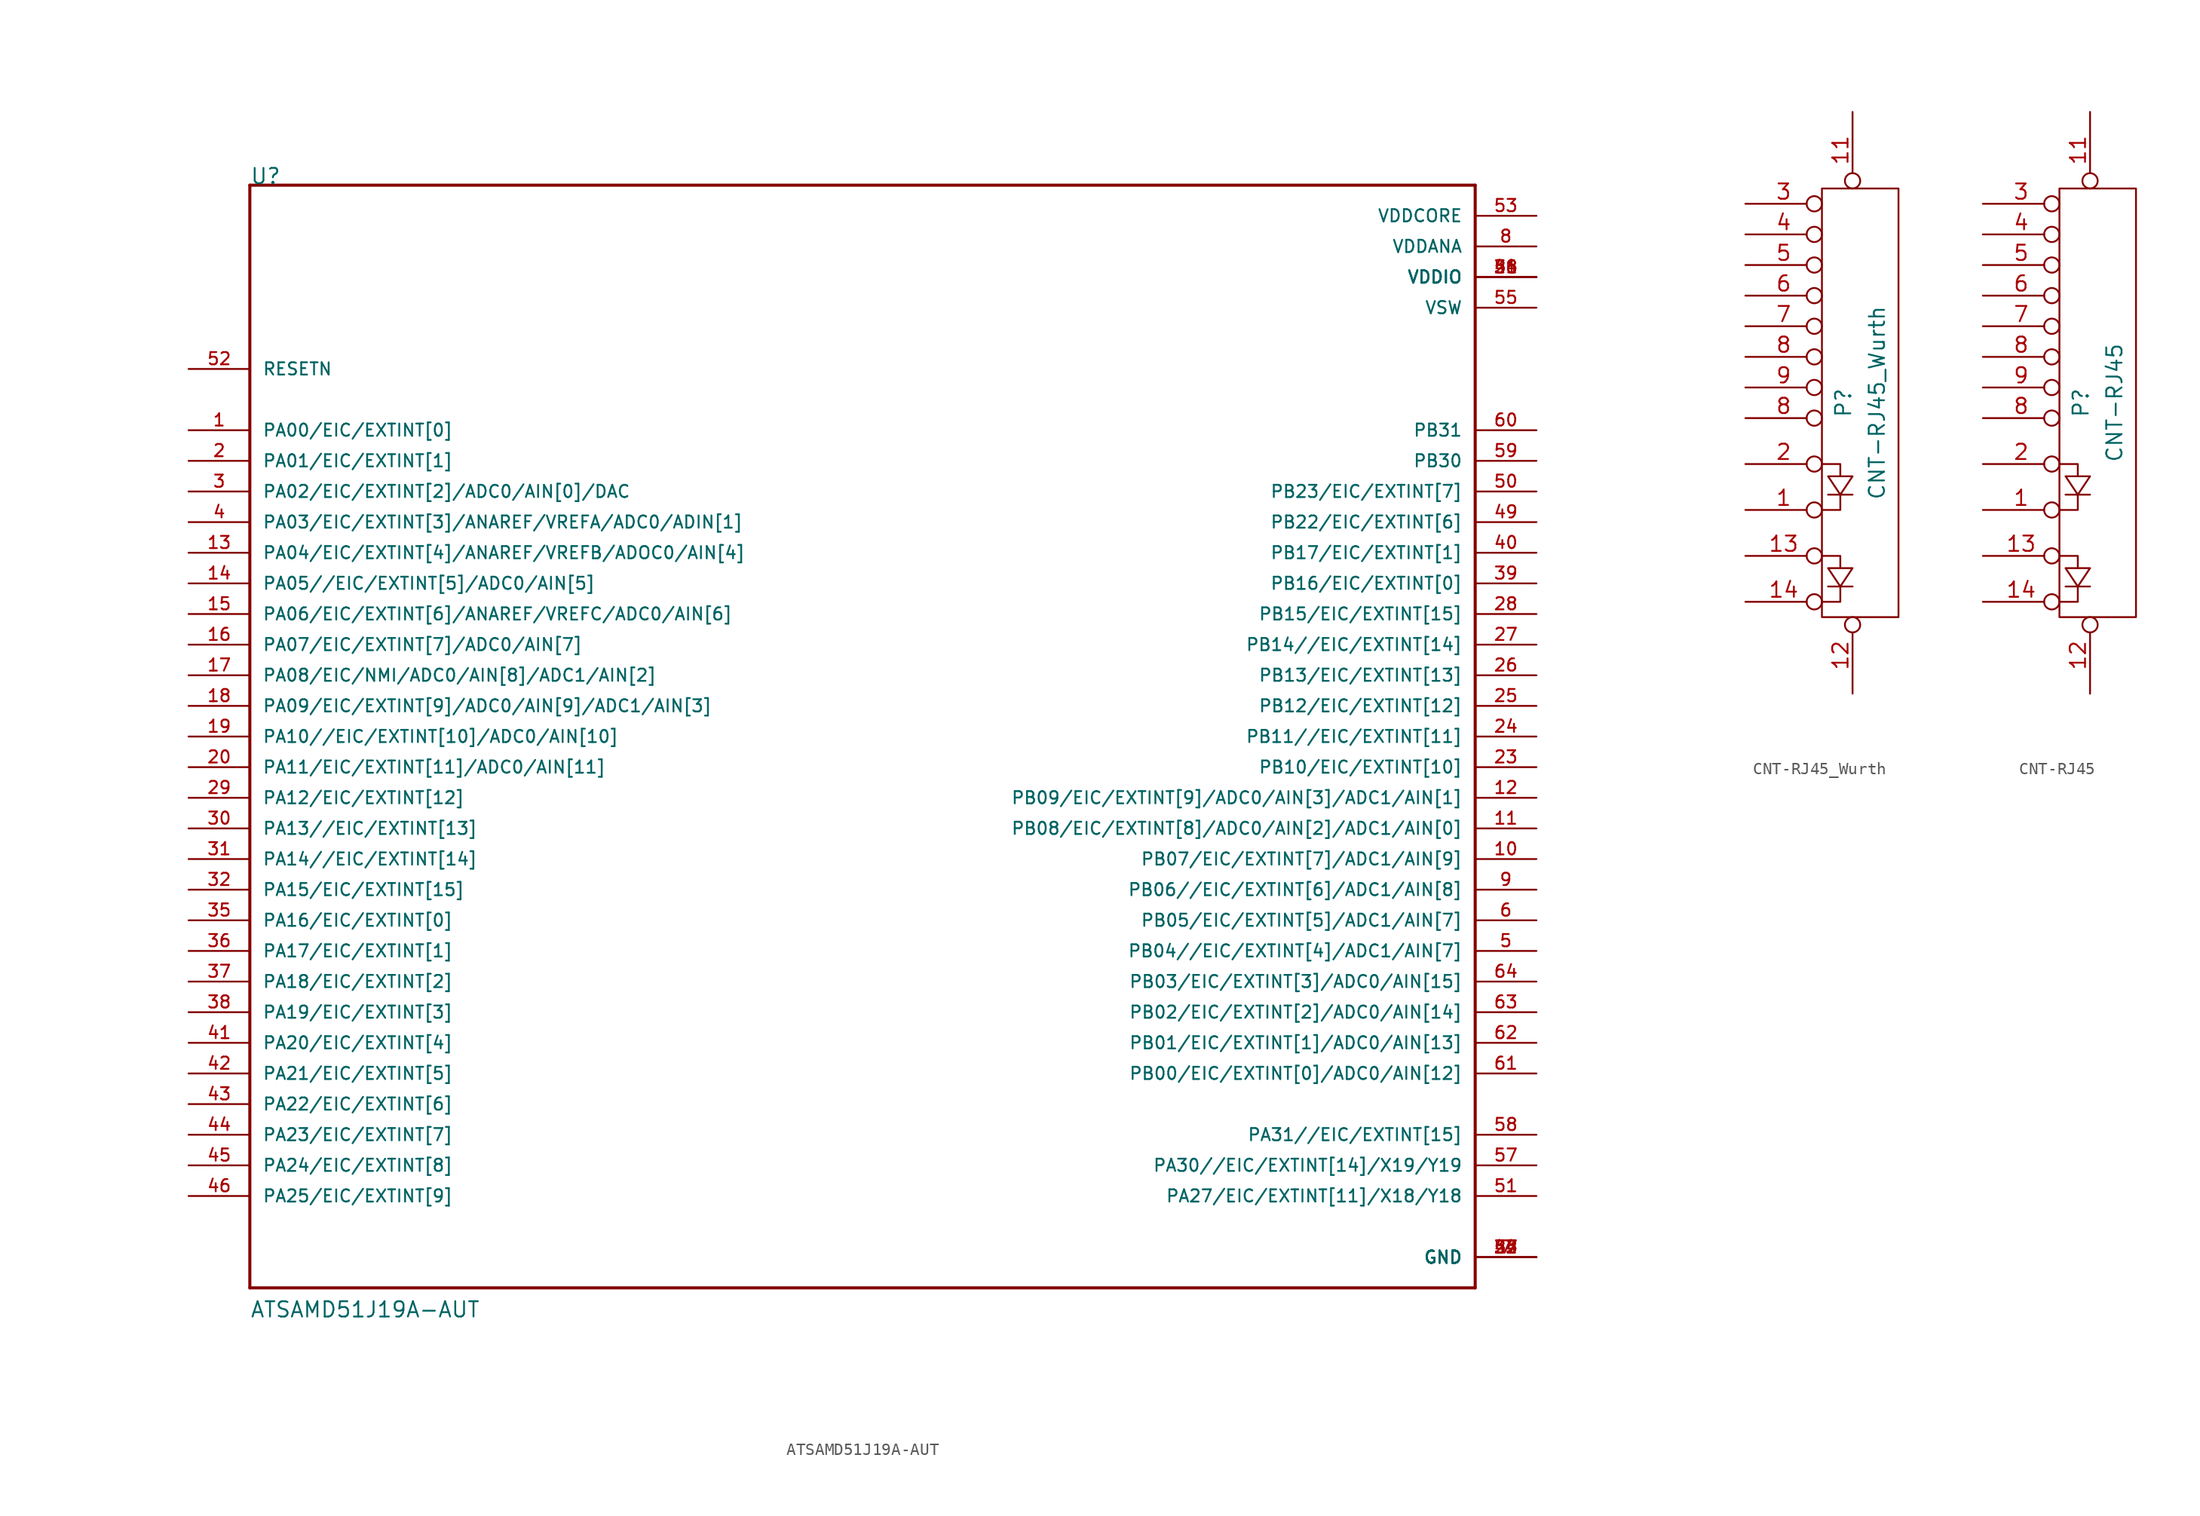
<source format=kicad_sym>
(kicad_symbol_lib
  (version 20211014)
  (generator kicad_symbol_editor)
  (symbol "ATSAMD51J19A-AUT"
    (pin_names
      (offset 1.016))
    (property "Reference" "U"
      (at -43.18 45.72 0)
      (effects (font (size 1.27 1.27)) (justify left bottom)))
    (property "Value" "ATSAMD51J19A-AUT"
      (at -43.18 -48.26 0)
      (effects (font (size 1.27 1.27)) (justify left bottom)))
    (property "ki_locked" ""
      (at 0 0 0)
      (effects (font (size 1.27 1.27))))
    (symbol "ATSAMD51J19A-AUT_0_0"
      (polyline (pts (xy -43.18 -45.72) (xy 58.42 -45.72)) (stroke (width 0.254) (type default) (color 0 0 0 0)) (fill (type none)))
      (polyline (pts (xy -43.18 45.72) (xy -43.18 -45.72)) (stroke (width 0.254) (type default) (color 0 0 0 0)) (fill (type none)))
      (polyline (pts (xy 58.42 -45.72) (xy 58.42 45.72)) (stroke (width 0.254) (type default) (color 0 0 0 0)) (fill (type none)))
      (polyline (pts (xy 58.42 45.72) (xy -43.18 45.72)) (stroke (width 0.254) (type default) (color 0 0 0 0)) (fill (type none)))
      (pin bidirectional line (at -48.26 25.4 0) (length 5.08) (name "PA00/EIC/EXTINT[0]" (effects (font (size 1.016 1.016)))) (number "1" (effects (font (size 1.016 1.016)))))
      (pin bidirectional line (at 63.5 -10.16 180) (length 5.08) (name "PB07/EIC/EXTINT[7]/ADC1/AIN[9]" (effects (font (size 1.016 1.016)))) (number "10" (effects (font (size 1.016 1.016)))))
      (pin bidirectional line (at 63.5 -7.62 180) (length 5.08) (name "PB08/EIC/EXTINT[8]/ADC0/AIN[2]/ADC1/AIN[0]" (effects (font (size 1.016 1.016)))) (number "11" (effects (font (size 1.016 1.016)))))
      (pin bidirectional line (at 63.5 -5.08 180) (length 5.08) (name "PB09/EIC/EXTINT[9]/ADC0/AIN[3]/ADC1/AIN[1]" (effects (font (size 1.016 1.016)))) (number "12" (effects (font (size 1.016 1.016)))))
      (pin bidirectional line (at -48.26 15.24 0) (length 5.08) (name "PA04/EIC/EXTINT[4]/ANAREF/VREFB/ADOC0/AIN[4]" (effects (font (size 1.016 1.016)))) (number "13" (effects (font (size 1.016 1.016)))))
      (pin bidirectional line (at -48.26 12.7 0) (length 5.08) (name "PA05//EIC/EXTINT[5]/ADC0/AIN[5]" (effects (font (size 1.016 1.016)))) (number "14" (effects (font (size 1.016 1.016)))))
      (pin bidirectional line (at -48.26 10.16 0) (length 5.08) (name "PA06/EIC/EXTINT[6]/ANAREF/VREFC/ADC0/AIN[6]" (effects (font (size 1.016 1.016)))) (number "15" (effects (font (size 1.016 1.016)))))
      (pin bidirectional line (at -48.26 7.62 0) (length 5.08) (name "PA07/EIC/EXTINT[7]/ADC0/AIN[7]" (effects (font (size 1.016 1.016)))) (number "16" (effects (font (size 1.016 1.016)))))
      (pin bidirectional line (at -48.26 5.08 0) (length 5.08) (name "PA08/EIC/NMI/ADC0/AIN[8]/ADC1/AIN[2]" (effects (font (size 1.016 1.016)))) (number "17" (effects (font (size 1.016 1.016)))))
      (pin bidirectional line (at -48.26 2.54 0) (length 5.08) (name "PA09/EIC/EXTINT[9]/ADC0/AIN[9]/ADC1/AIN[3]" (effects (font (size 1.016 1.016)))) (number "18" (effects (font (size 1.016 1.016)))))
      (pin bidirectional line (at -48.26 0 0) (length 5.08) (name "PA10//EIC/EXTINT[10]/ADC0/AIN[10]" (effects (font (size 1.016 1.016)))) (number "19" (effects (font (size 1.016 1.016)))))
      (pin bidirectional line (at -48.26 22.86 0) (length 5.08) (name "PA01/EIC/EXTINT[1]" (effects (font (size 1.016 1.016)))) (number "2" (effects (font (size 1.016 1.016)))))
      (pin bidirectional line (at -48.26 -2.54 0) (length 5.08) (name "PA11/EIC/EXTINT[11]/ADC0/AIN[11]" (effects (font (size 1.016 1.016)))) (number "20" (effects (font (size 1.016 1.016)))))
      (pin power_in line (at 63.5 38.1 180) (length 5.08) (name "VDDIO" (effects (font (size 1.016 1.016)))) (number "21" (effects (font (size 1.016 1.016)))))
      (pin power_in line (at 63.5 -43.18 180) (length 5.08) (name "GND" (effects (font (size 1.016 1.016)))) (number "22" (effects (font (size 1.016 1.016)))))
      (pin bidirectional line (at 63.5 -2.54 180) (length 5.08) (name "PB10/EIC/EXTINT[10]" (effects (font (size 1.016 1.016)))) (number "23" (effects (font (size 1.016 1.016)))))
      (pin bidirectional line (at 63.5 0 180) (length 5.08) (name "PB11//EIC/EXTINT[11]" (effects (font (size 1.016 1.016)))) (number "24" (effects (font (size 1.016 1.016)))))
      (pin bidirectional line (at 63.5 2.54 180) (length 5.08) (name "PB12/EIC/EXTINT[12]" (effects (font (size 1.016 1.016)))) (number "25" (effects (font (size 1.016 1.016)))))
      (pin bidirectional line (at 63.5 5.08 180) (length 5.08) (name "PB13/EIC/EXTINT[13]" (effects (font (size 1.016 1.016)))) (number "26" (effects (font (size 1.016 1.016)))))
      (pin bidirectional line (at 63.5 7.62 180) (length 5.08) (name "PB14//EIC/EXTINT[14]" (effects (font (size 1.016 1.016)))) (number "27" (effects (font (size 1.016 1.016)))))
      (pin bidirectional line (at 63.5 10.16 180) (length 5.08) (name "PB15/EIC/EXTINT[15]" (effects (font (size 1.016 1.016)))) (number "28" (effects (font (size 1.016 1.016)))))
      (pin bidirectional line (at -48.26 -5.08 0) (length 5.08) (name "PA12/EIC/EXTINT[12]" (effects (font (size 1.016 1.016)))) (number "29" (effects (font (size 1.016 1.016)))))
      (pin bidirectional line (at -48.26 20.32 0) (length 5.08) (name "PA02/EIC/EXTINT[2]/ADC0/AIN[0]/DAC" (effects (font (size 1.016 1.016)))) (number "3" (effects (font (size 1.016 1.016)))))
      (pin bidirectional line (at -48.26 -7.62 0) (length 5.08) (name "PA13//EIC/EXTINT[13]" (effects (font (size 1.016 1.016)))) (number "30" (effects (font (size 1.016 1.016)))))
      (pin bidirectional line (at -48.26 -10.16 0) (length 5.08) (name "PA14//EIC/EXTINT[14]" (effects (font (size 1.016 1.016)))) (number "31" (effects (font (size 1.016 1.016)))))
      (pin bidirectional line (at -48.26 -12.7 0) (length 5.08) (name "PA15/EIC/EXTINT[15]" (effects (font (size 1.016 1.016)))) (number "32" (effects (font (size 1.016 1.016)))))
      (pin power_in line (at 63.5 -43.18 180) (length 5.08) (name "GND" (effects (font (size 1.016 1.016)))) (number "33" (effects (font (size 1.016 1.016)))))
      (pin power_in line (at 63.5 38.1 180) (length 5.08) (name "VDDIO" (effects (font (size 1.016 1.016)))) (number "34" (effects (font (size 1.016 1.016)))))
      (pin bidirectional line (at -48.26 -15.24 0) (length 5.08) (name "PA16/EIC/EXTINT[0]" (effects (font (size 1.016 1.016)))) (number "35" (effects (font (size 1.016 1.016)))))
      (pin bidirectional line (at -48.26 -17.78 0) (length 5.08) (name "PA17/EIC/EXTINT[1]" (effects (font (size 1.016 1.016)))) (number "36" (effects (font (size 1.016 1.016)))))
      (pin bidirectional line (at -48.26 -20.32 0) (length 5.08) (name "PA18/EIC/EXTINT[2]" (effects (font (size 1.016 1.016)))) (number "37" (effects (font (size 1.016 1.016)))))
      (pin bidirectional line (at -48.26 -22.86 0) (length 5.08) (name "PA19/EIC/EXTINT[3]" (effects (font (size 1.016 1.016)))) (number "38" (effects (font (size 1.016 1.016)))))
      (pin bidirectional line (at 63.5 12.7 180) (length 5.08) (name "PB16/EIC/EXTINT[0]" (effects (font (size 1.016 1.016)))) (number "39" (effects (font (size 1.016 1.016)))))
      (pin bidirectional line (at -48.26 17.78 0) (length 5.08) (name "PA03/EIC/EXTINT[3]/ANAREF/VREFA/ADC0/ADIN[1]" (effects (font (size 1.016 1.016)))) (number "4" (effects (font (size 1.016 1.016)))))
      (pin bidirectional line (at 63.5 15.24 180) (length 5.08) (name "PB17/EIC/EXTINT[1]" (effects (font (size 1.016 1.016)))) (number "40" (effects (font (size 1.016 1.016)))))
      (pin bidirectional line (at -48.26 -25.4 0) (length 5.08) (name "PA20/EIC/EXTINT[4]" (effects (font (size 1.016 1.016)))) (number "41" (effects (font (size 1.016 1.016)))))
      (pin bidirectional line (at -48.26 -27.94 0) (length 5.08) (name "PA21/EIC/EXTINT[5]" (effects (font (size 1.016 1.016)))) (number "42" (effects (font (size 1.016 1.016)))))
      (pin bidirectional line (at -48.26 -30.48 0) (length 5.08) (name "PA22/EIC/EXTINT[6]" (effects (font (size 1.016 1.016)))) (number "43" (effects (font (size 1.016 1.016)))))
      (pin bidirectional line (at -48.26 -33.02 0) (length 5.08) (name "PA23/EIC/EXTINT[7]" (effects (font (size 1.016 1.016)))) (number "44" (effects (font (size 1.016 1.016)))))
      (pin bidirectional line (at -48.26 -35.56 0) (length 5.08) (name "PA24/EIC/EXTINT[8]" (effects (font (size 1.016 1.016)))) (number "45" (effects (font (size 1.016 1.016)))))
      (pin bidirectional line (at -48.26 -38.1 0) (length 5.08) (name "PA25/EIC/EXTINT[9]" (effects (font (size 1.016 1.016)))) (number "46" (effects (font (size 1.016 1.016)))))
      (pin power_in line (at 63.5 -43.18 180) (length 5.08) (name "GND" (effects (font (size 1.016 1.016)))) (number "47" (effects (font (size 1.016 1.016)))))
      (pin power_in line (at 63.5 38.1 180) (length 5.08) (name "VDDIO" (effects (font (size 1.016 1.016)))) (number "48" (effects (font (size 1.016 1.016)))))
      (pin bidirectional line (at 63.5 17.78 180) (length 5.08) (name "PB22/EIC/EXTINT[6]" (effects (font (size 1.016 1.016)))) (number "49" (effects (font (size 1.016 1.016)))))
      (pin bidirectional line (at 63.5 -17.78 180) (length 5.08) (name "PB04//EIC/EXTINT[4]/ADC1/AIN[7]" (effects (font (size 1.016 1.016)))) (number "5" (effects (font (size 1.016 1.016)))))
      (pin bidirectional line (at 63.5 20.32 180) (length 5.08) (name "PB23/EIC/EXTINT[7]" (effects (font (size 1.016 1.016)))) (number "50" (effects (font (size 1.016 1.016)))))
      (pin bidirectional line (at 63.5 -38.1 180) (length 5.08) (name "PA27/EIC/EXTINT[11]/X18/Y18" (effects (font (size 1.016 1.016)))) (number "51" (effects (font (size 1.016 1.016)))))
      (pin input line (at -48.26 30.48 0) (length 5.08) (name "RESETN" (effects (font (size 1.016 1.016)))) (number "52" (effects (font (size 1.016 1.016)))))
      (pin power_in line (at 63.5 43.18 180) (length 5.08) (name "VDDCORE" (effects (font (size 1.016 1.016)))) (number "53" (effects (font (size 1.016 1.016)))))
      (pin power_in line (at 63.5 -43.18 180) (length 5.08) (name "GND" (effects (font (size 1.016 1.016)))) (number "54" (effects (font (size 1.016 1.016)))))
      (pin power_in line (at 63.5 35.56 180) (length 5.08) (name "VSW" (effects (font (size 1.016 1.016)))) (number "55" (effects (font (size 1.016 1.016)))))
      (pin power_in line (at 63.5 38.1 180) (length 5.08) (name "VDDIO" (effects (font (size 1.016 1.016)))) (number "56" (effects (font (size 1.016 1.016)))))
      (pin bidirectional line (at 63.5 -35.56 180) (length 5.08) (name "PA30//EIC/EXTINT[14]/X19/Y19" (effects (font (size 1.016 1.016)))) (number "57" (effects (font (size 1.016 1.016)))))
      (pin bidirectional line (at 63.5 -33.02 180) (length 5.08) (name "PA31//EIC/EXTINT[15]" (effects (font (size 1.016 1.016)))) (number "58" (effects (font (size 1.016 1.016)))))
      (pin bidirectional line (at 63.5 22.86 180) (length 5.08) (name "PB30" (effects (font (size 1.016 1.016)))) (number "59" (effects (font (size 1.016 1.016)))))
      (pin bidirectional line (at 63.5 -15.24 180) (length 5.08) (name "PB05/EIC/EXTINT[5]/ADC1/AIN[7]" (effects (font (size 1.016 1.016)))) (number "6" (effects (font (size 1.016 1.016)))))
      (pin bidirectional line (at 63.5 25.4 180) (length 5.08) (name "PB31" (effects (font (size 1.016 1.016)))) (number "60" (effects (font (size 1.016 1.016)))))
      (pin bidirectional line (at 63.5 -27.94 180) (length 5.08) (name "PB00/EIC/EXTINT[0]/ADC0/AIN[12]" (effects (font (size 1.016 1.016)))) (number "61" (effects (font (size 1.016 1.016)))))
      (pin bidirectional line (at 63.5 -25.4 180) (length 5.08) (name "PB01/EIC/EXTINT[1]/ADC0/AIN[13]" (effects (font (size 1.016 1.016)))) (number "62" (effects (font (size 1.016 1.016)))))
      (pin bidirectional line (at 63.5 -22.86 180) (length 5.08) (name "PB02/EIC/EXTINT[2]/ADC0/AIN[14]" (effects (font (size 1.016 1.016)))) (number "63" (effects (font (size 1.016 1.016)))))
      (pin bidirectional line (at 63.5 -20.32 180) (length 5.08) (name "PB03/EIC/EXTINT[3]/ADC0/AIN[15]" (effects (font (size 1.016 1.016)))) (number "64" (effects (font (size 1.016 1.016)))))
      (pin power_in line (at 63.5 -43.18 180) (length 5.08) (name "GND" (effects (font (size 1.016 1.016)))) (number "7" (effects (font (size 1.016 1.016)))))
      (pin power_in line (at 63.5 40.64 180) (length 5.08) (name "VDDANA" (effects (font (size 1.016 1.016)))) (number "8" (effects (font (size 1.016 1.016)))))
      (pin bidirectional line (at 63.5 -12.7 180) (length 5.08) (name "PB06//EIC/EXTINT[6]/ADC1/AIN[8]" (effects (font (size 1.016 1.016)))) (number "9" (effects (font (size 1.016 1.016)))))))
  (symbol "CNT-RJ45_Wurth"
    (pin_names
      (offset 1.016) hide)
    (property "Reference" "P"
      (at -0.762 0 90)
      (effects (font (size 1.27 1.27))))
    (property "Value" "CNT-RJ45_Wurth"
      (at 2.032 0 90)
      (effects (font (size 1.27 1.27))))
    (property "Footprint" ""
      (at 0 0 0)
      (effects (font (size 1.27 1.27))))
    (property "Datasheet" ""
      (at 0 0 0)
      (effects (font (size 1.27 1.27))))
    (symbol "CNT-RJ45_Wurth_0_1"
      (rectangle (start -2.54 17.78) (end 3.81 -17.78) (stroke (width 0) (type default) (color 0 0 0 0)) (fill (type none)))
      (polyline (pts (xy -2.032 -15.24) (xy 0 -15.24) (xy 0 -15.24)) (stroke (width 0) (type default) (color 0 0 0 0)) (fill (type none)))
      (polyline (pts (xy -2.032 -7.62) (xy 0 -7.62) (xy 0 -7.62)) (stroke (width 0) (type default) (color 0 0 0 0)) (fill (type none)))
      (polyline (pts (xy -2.54 -16.51) (xy -1.016 -16.51) (xy -1.016 -15.24) (xy -1.016 -15.24)) (stroke (width 0) (type default) (color 0 0 0 0)) (fill (type none)))
      (polyline (pts (xy -2.54 -12.7) (xy -1.016 -12.7) (xy -1.016 -13.716) (xy -1.016 -13.716)) (stroke (width 0) (type default) (color 0 0 0 0)) (fill (type none)))
      (polyline (pts (xy -2.54 -8.89) (xy -1.016 -8.89) (xy -1.016 -7.62) (xy -1.016 -7.62)) (stroke (width 0) (type default) (color 0 0 0 0)) (fill (type none)))
      (polyline (pts (xy -2.54 -5.08) (xy -1.016 -5.08) (xy -1.016 -6.096) (xy -1.016 -6.096)) (stroke (width 0) (type default) (color 0 0 0 0)) (fill (type none)))
      (polyline (pts (xy -2.032 -13.716) (xy 0 -13.716) (xy -1.016 -15.24) (xy -2.032 -13.716) (xy -2.032 -13.716)) (stroke (width 0) (type default) (color 0 0 0 0)) (fill (type none)))
      (polyline (pts (xy -2.032 -6.096) (xy 0 -6.096) (xy -1.016 -7.62) (xy -2.032 -6.096) (xy -2.032 -6.096)) (stroke (width 0) (type default) (color 0 0 0 0)) (fill (type none))))
    (symbol "CNT-RJ45_Wurth_1_1"
      (pin passive inverted (at -8.89 -8.89 0) (length 6.35) (name "P1" (effects (font (size 1.27 1.27)))) (number "1" (effects (font (size 1.27 1.27)))))
      (pin passive inverted (at 0 24.13 270) (length 6.35) (name "P11" (effects (font (size 1.27 1.27)))) (number "11" (effects (font (size 1.27 1.27)))))
      (pin passive inverted (at 0 -24.13 90) (length 6.35) (name "P12" (effects (font (size 1.27 1.27)))) (number "12" (effects (font (size 1.27 1.27)))))
      (pin passive inverted (at -8.89 -12.7 0) (length 6.35) (name "P13" (effects (font (size 1.27 1.27)))) (number "13" (effects (font (size 1.27 1.27)))))
      (pin passive inverted (at -8.89 -16.51 0) (length 6.35) (name "P14" (effects (font (size 1.27 1.27)))) (number "14" (effects (font (size 1.27 1.27)))))
      (pin passive inverted (at -8.89 -5.08 0) (length 6.35) (name "P2" (effects (font (size 1.27 1.27)))) (number "2" (effects (font (size 1.27 1.27)))))
      (pin passive inverted (at -8.89 16.51 0) (length 6.35) (name "P3" (effects (font (size 1.27 1.27)))) (number "3" (effects (font (size 1.27 1.27)))))
      (pin passive inverted (at -8.89 13.97 0) (length 6.35) (name "P4" (effects (font (size 1.27 1.27)))) (number "4" (effects (font (size 1.27 1.27)))))
      (pin passive inverted (at -8.89 11.43 0) (length 6.35) (name "P5" (effects (font (size 1.27 1.27)))) (number "5" (effects (font (size 1.27 1.27)))))
      (pin passive inverted (at -8.89 8.89 0) (length 6.35) (name "P6" (effects (font (size 1.27 1.27)))) (number "6" (effects (font (size 1.27 1.27)))))
      (pin passive inverted (at -8.89 6.35 0) (length 6.35) (name "P7" (effects (font (size 1.27 1.27)))) (number "7" (effects (font (size 1.27 1.27)))))
      (pin passive inverted (at -8.89 -1.27 0) (length 6.35) (name "P10" (effects (font (size 1.27 1.27)))) (number "8" (effects (font (size 1.27 1.27)))))
      (pin passive inverted (at -8.89 3.81 0) (length 6.35) (name "P8" (effects (font (size 1.27 1.27)))) (number "8" (effects (font (size 1.27 1.27)))))
      (pin passive inverted (at -8.89 1.27 0) (length 6.35) (name "P9" (effects (font (size 1.27 1.27)))) (number "9" (effects (font (size 1.27 1.27)))))))
  (symbol "CNT-RJ45"
    (pin_names
      (offset 1.016) hide)
    (property "Reference" "P"
      (at -0.762 0 90)
      (effects (font (size 1.27 1.27))))
    (property "Value" "CNT-RJ45"
      (at 2.032 0 90)
      (effects (font (size 1.27 1.27))))
    (property "Footprint" ""
      (at 0 0 0)
      (effects (font (size 1.27 1.27))))
    (property "Datasheet" ""
      (at 0 0 0)
      (effects (font (size 1.27 1.27))))
    (symbol "CNT-RJ45_0_1"
      (rectangle (start -2.54 17.78) (end 3.81 -17.78) (stroke (width 0) (type default) (color 0 0 0 0)) (fill (type none)))
      (polyline (pts (xy -2.032 -15.24) (xy 0 -15.24) (xy 0 -15.24)) (stroke (width 0) (type default) (color 0 0 0 0)) (fill (type none)))
      (polyline (pts (xy -2.032 -7.62) (xy 0 -7.62) (xy 0 -7.62)) (stroke (width 0) (type default) (color 0 0 0 0)) (fill (type none)))
      (polyline (pts (xy -2.54 -16.51) (xy -1.016 -16.51) (xy -1.016 -15.24) (xy -1.016 -15.24)) (stroke (width 0) (type default) (color 0 0 0 0)) (fill (type none)))
      (polyline (pts (xy -2.54 -12.7) (xy -1.016 -12.7) (xy -1.016 -13.716) (xy -1.016 -13.716)) (stroke (width 0) (type default) (color 0 0 0 0)) (fill (type none)))
      (polyline (pts (xy -2.54 -8.89) (xy -1.016 -8.89) (xy -1.016 -7.62) (xy -1.016 -7.62)) (stroke (width 0) (type default) (color 0 0 0 0)) (fill (type none)))
      (polyline (pts (xy -2.54 -5.08) (xy -1.016 -5.08) (xy -1.016 -6.096) (xy -1.016 -6.096)) (stroke (width 0) (type default) (color 0 0 0 0)) (fill (type none)))
      (polyline (pts (xy -2.032 -13.716) (xy 0 -13.716) (xy -1.016 -15.24) (xy -2.032 -13.716) (xy -2.032 -13.716)) (stroke (width 0) (type default) (color 0 0 0 0)) (fill (type none)))
      (polyline (pts (xy -2.032 -6.096) (xy 0 -6.096) (xy -1.016 -7.62) (xy -2.032 -6.096) (xy -2.032 -6.096)) (stroke (width 0) (type default) (color 0 0 0 0)) (fill (type none))))
    (symbol "CNT-RJ45_1_1"
      (pin passive inverted (at -8.89 -8.89 0) (length 6.35) (name "P1" (effects (font (size 1.27 1.27)))) (number "1" (effects (font (size 1.27 1.27)))))
      (pin passive inverted (at 0 24.13 270) (length 6.35) (name "P11" (effects (font (size 1.27 1.27)))) (number "11" (effects (font (size 1.27 1.27)))))
      (pin passive inverted (at 0 -24.13 90) (length 6.35) (name "P12" (effects (font (size 1.27 1.27)))) (number "12" (effects (font (size 1.27 1.27)))))
      (pin passive inverted (at -8.89 -12.7 0) (length 6.35) (name "P13" (effects (font (size 1.27 1.27)))) (number "13" (effects (font (size 1.27 1.27)))))
      (pin passive inverted (at -8.89 -16.51 0) (length 6.35) (name "P14" (effects (font (size 1.27 1.27)))) (number "14" (effects (font (size 1.27 1.27)))))
      (pin passive inverted (at -8.89 -5.08 0) (length 6.35) (name "P2" (effects (font (size 1.27 1.27)))) (number "2" (effects (font (size 1.27 1.27)))))
      (pin passive inverted (at -8.89 16.51 0) (length 6.35) (name "P3" (effects (font (size 1.27 1.27)))) (number "3" (effects (font (size 1.27 1.27)))))
      (pin passive inverted (at -8.89 13.97 0) (length 6.35) (name "P4" (effects (font (size 1.27 1.27)))) (number "4" (effects (font (size 1.27 1.27)))))
      (pin passive inverted (at -8.89 11.43 0) (length 6.35) (name "P5" (effects (font (size 1.27 1.27)))) (number "5" (effects (font (size 1.27 1.27)))))
      (pin passive inverted (at -8.89 8.89 0) (length 6.35) (name "P6" (effects (font (size 1.27 1.27)))) (number "6" (effects (font (size 1.27 1.27)))))
      (pin passive inverted (at -8.89 6.35 0) (length 6.35) (name "P7" (effects (font (size 1.27 1.27)))) (number "7" (effects (font (size 1.27 1.27)))))
      (pin passive inverted (at -8.89 -1.27 0) (length 6.35) (name "P10" (effects (font (size 1.27 1.27)))) (number "8" (effects (font (size 1.27 1.27)))))
      (pin passive inverted (at -8.89 3.81 0) (length 6.35) (name "P8" (effects (font (size 1.27 1.27)))) (number "8" (effects (font (size 1.27 1.27)))))
      (pin passive inverted (at -8.89 1.27 0) (length 6.35) (name "P9" (effects (font (size 1.27 1.27)))) (number "9" (effects (font (size 1.27 1.27))))))))
</source>
